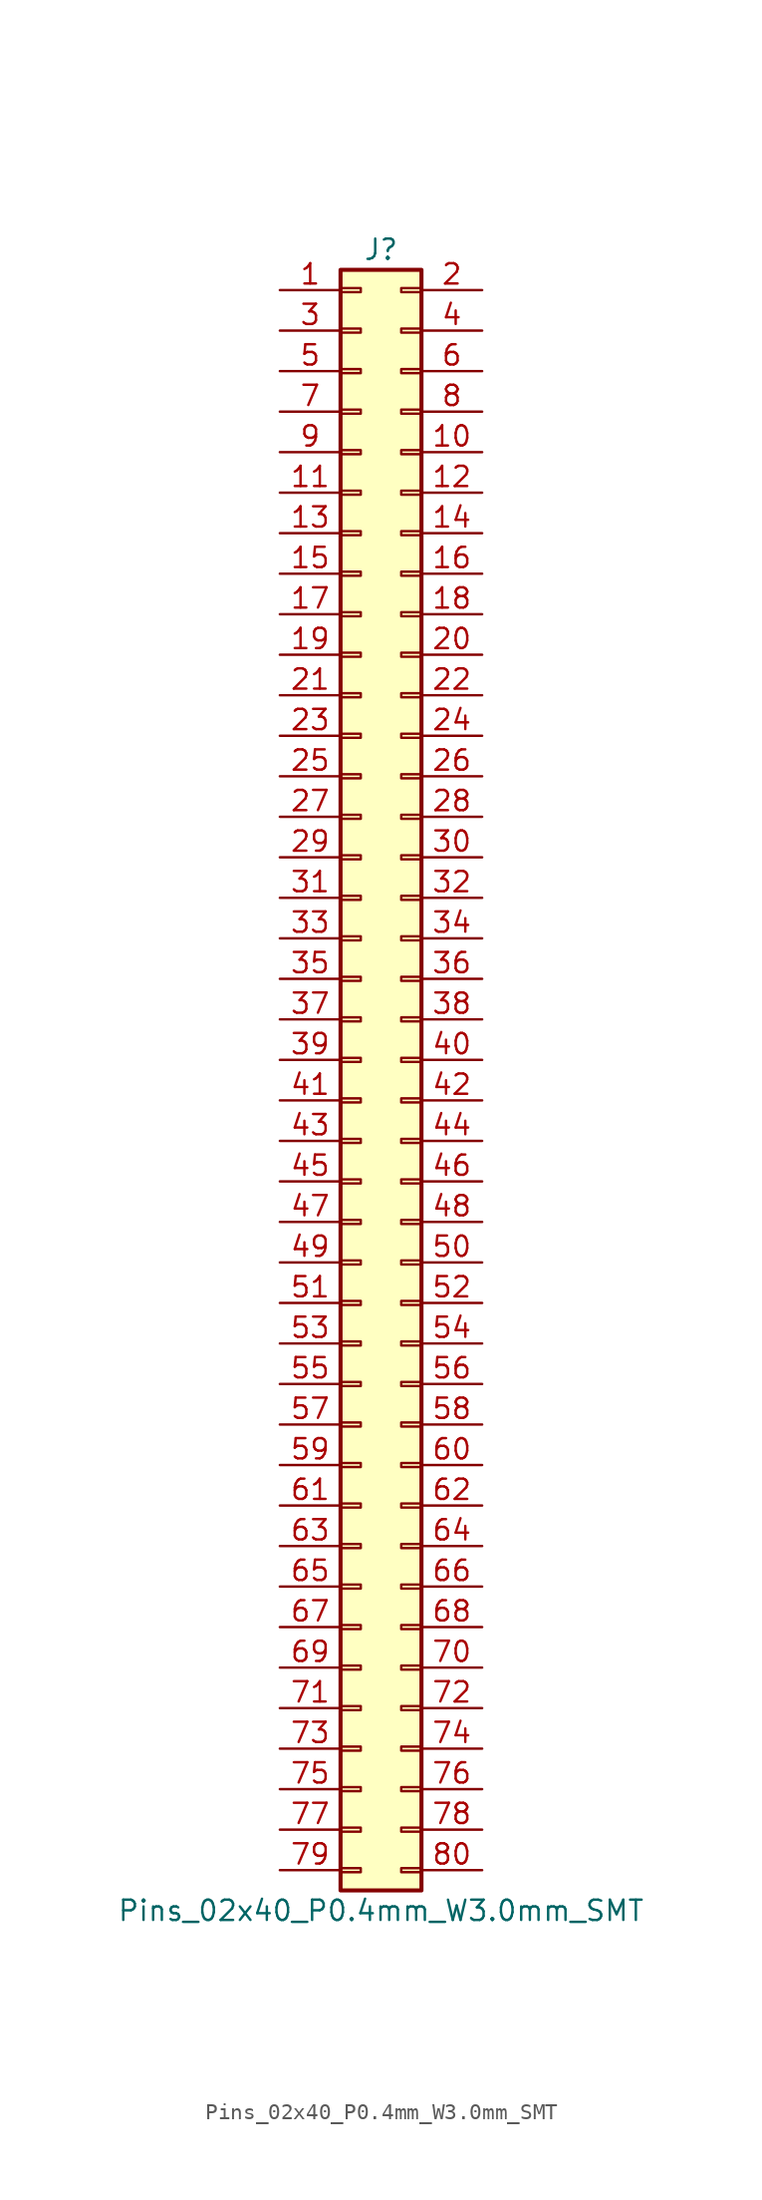
<source format=kicad_sym>
(kicad_symbol_lib
  (version 20241209)
  (generator "kicad_symbol_editor")
  (generator_version "9.0")
  (symbol "Pins_02x40_P0.4mm_W3.0mm_SMT"
    (pin_names
      (offset 1.016)
      (hide yes))
    (property "Reference" "J"
      (at 0 50.8 0)
      (effects (font (size 1.27 1.27))))
    (property "Value" "Pins_02x40_P0.4mm_W3.0mm_SMT"
      (at 0 -53.34 0)
      (effects (font (size 1.27 1.27))))
    (symbol "Pins_02x40_P0.4mm_W3.0mm_SMT_1_1"
      (rectangle (start -2.54 49.53) (end 2.54 -52.07) (stroke (width 0.254) (type default)) (fill (type background)))
      (rectangle (start -2.54 48.387) (end -1.27 48.133) (stroke (width 0.152) (type default)) (fill (type none)))
      (rectangle (start -2.54 45.847) (end -1.27 45.593) (stroke (width 0.152) (type default)) (fill (type none)))
      (rectangle (start -2.54 43.307) (end -1.27 43.053) (stroke (width 0.152) (type default)) (fill (type none)))
      (rectangle (start -2.54 40.767) (end -1.27 40.513) (stroke (width 0.152) (type default)) (fill (type none)))
      (rectangle (start -2.54 38.227) (end -1.27 37.973) (stroke (width 0.152) (type default)) (fill (type none)))
      (rectangle (start -2.54 35.687) (end -1.27 35.433) (stroke (width 0.152) (type default)) (fill (type none)))
      (rectangle (start -2.54 33.147) (end -1.27 32.893) (stroke (width 0.152) (type default)) (fill (type none)))
      (rectangle (start -2.54 30.607) (end -1.27 30.353) (stroke (width 0.152) (type default)) (fill (type none)))
      (rectangle (start -2.54 28.067) (end -1.27 27.813) (stroke (width 0.152) (type default)) (fill (type none)))
      (rectangle (start -2.54 25.527) (end -1.27 25.273) (stroke (width 0.152) (type default)) (fill (type none)))
      (rectangle (start -2.54 22.987) (end -1.27 22.733) (stroke (width 0.152) (type default)) (fill (type none)))
      (rectangle (start -2.54 20.447) (end -1.27 20.193) (stroke (width 0.152) (type default)) (fill (type none)))
      (rectangle (start -2.54 17.907) (end -1.27 17.653) (stroke (width 0.152) (type default)) (fill (type none)))
      (rectangle (start -2.54 15.367) (end -1.27 15.113) (stroke (width 0.152) (type default)) (fill (type none)))
      (rectangle (start -2.54 12.827) (end -1.27 12.573) (stroke (width 0.152) (type default)) (fill (type none)))
      (rectangle (start -2.54 10.287) (end -1.27 10.033) (stroke (width 0.152) (type default)) (fill (type none)))
      (rectangle (start -2.54 7.747) (end -1.27 7.493) (stroke (width 0.152) (type default)) (fill (type none)))
      (rectangle (start -2.54 5.207) (end -1.27 4.953) (stroke (width 0.152) (type default)) (fill (type none)))
      (rectangle (start -2.54 2.667) (end -1.27 2.413) (stroke (width 0.152) (type default)) (fill (type none)))
      (rectangle (start -2.54 0.127) (end -1.27 -0.127) (stroke (width 0.152) (type default)) (fill (type none)))
      (rectangle (start -2.54 -2.413) (end -1.27 -2.667) (stroke (width 0.152) (type default)) (fill (type none)))
      (rectangle (start -2.54 -4.953) (end -1.27 -5.207) (stroke (width 0.152) (type default)) (fill (type none)))
      (rectangle (start -2.54 -7.493) (end -1.27 -7.747) (stroke (width 0.152) (type default)) (fill (type none)))
      (rectangle (start -2.54 -10.033) (end -1.27 -10.287) (stroke (width 0.152) (type default)) (fill (type none)))
      (rectangle (start -2.54 -12.573) (end -1.27 -12.827) (stroke (width 0.152) (type default)) (fill (type none)))
      (rectangle (start -2.54 -15.113) (end -1.27 -15.367) (stroke (width 0.152) (type default)) (fill (type none)))
      (rectangle (start -2.54 -17.653) (end -1.27 -17.907) (stroke (width 0.152) (type default)) (fill (type none)))
      (rectangle (start -2.54 -20.193) (end -1.27 -20.447) (stroke (width 0.152) (type default)) (fill (type none)))
      (rectangle (start -2.54 -22.733) (end -1.27 -22.987) (stroke (width 0.152) (type default)) (fill (type none)))
      (rectangle (start -2.54 -25.273) (end -1.27 -25.527) (stroke (width 0.152) (type default)) (fill (type none)))
      (rectangle (start -2.54 -27.813) (end -1.27 -28.067) (stroke (width 0.152) (type default)) (fill (type none)))
      (rectangle (start -2.54 -30.353) (end -1.27 -30.607) (stroke (width 0.152) (type default)) (fill (type none)))
      (rectangle (start -2.54 -32.893) (end -1.27 -33.147) (stroke (width 0.152) (type default)) (fill (type none)))
      (rectangle (start -2.54 -35.433) (end -1.27 -35.687) (stroke (width 0.152) (type default)) (fill (type none)))
      (rectangle (start -2.54 -37.973) (end -1.27 -38.227) (stroke (width 0.152) (type default)) (fill (type none)))
      (rectangle (start -2.54 -40.513) (end -1.27 -40.767) (stroke (width 0.152) (type default)) (fill (type none)))
      (rectangle (start -2.54 -43.053) (end -1.27 -43.307) (stroke (width 0.152) (type default)) (fill (type none)))
      (rectangle (start -2.54 -45.593) (end -1.27 -45.847) (stroke (width 0.152) (type default)) (fill (type none)))
      (rectangle (start -2.54 -48.133) (end -1.27 -48.387) (stroke (width 0.152) (type default)) (fill (type none)))
      (rectangle (start -2.54 -50.673) (end -1.27 -50.927) (stroke (width 0.152) (type default)) (fill (type none)))
      (rectangle (start 2.54 48.387) (end 1.27 48.133) (stroke (width 0.152) (type default)) (fill (type none)))
      (rectangle (start 2.54 45.847) (end 1.27 45.593) (stroke (width 0.152) (type default)) (fill (type none)))
      (rectangle (start 2.54 43.307) (end 1.27 43.053) (stroke (width 0.152) (type default)) (fill (type none)))
      (rectangle (start 2.54 40.767) (end 1.27 40.513) (stroke (width 0.152) (type default)) (fill (type none)))
      (rectangle (start 2.54 38.227) (end 1.27 37.973) (stroke (width 0.152) (type default)) (fill (type none)))
      (rectangle (start 2.54 35.687) (end 1.27 35.433) (stroke (width 0.152) (type default)) (fill (type none)))
      (rectangle (start 2.54 33.147) (end 1.27 32.893) (stroke (width 0.152) (type default)) (fill (type none)))
      (rectangle (start 2.54 30.607) (end 1.27 30.353) (stroke (width 0.152) (type default)) (fill (type none)))
      (rectangle (start 2.54 28.067) (end 1.27 27.813) (stroke (width 0.152) (type default)) (fill (type none)))
      (rectangle (start 2.54 25.527) (end 1.27 25.273) (stroke (width 0.152) (type default)) (fill (type none)))
      (rectangle (start 2.54 22.987) (end 1.27 22.733) (stroke (width 0.152) (type default)) (fill (type none)))
      (rectangle (start 2.54 20.447) (end 1.27 20.193) (stroke (width 0.152) (type default)) (fill (type none)))
      (rectangle (start 2.54 17.907) (end 1.27 17.653) (stroke (width 0.152) (type default)) (fill (type none)))
      (rectangle (start 2.54 15.367) (end 1.27 15.113) (stroke (width 0.152) (type default)) (fill (type none)))
      (rectangle (start 2.54 12.827) (end 1.27 12.573) (stroke (width 0.152) (type default)) (fill (type none)))
      (rectangle (start 2.54 10.287) (end 1.27 10.033) (stroke (width 0.152) (type default)) (fill (type none)))
      (rectangle (start 2.54 7.747) (end 1.27 7.493) (stroke (width 0.152) (type default)) (fill (type none)))
      (rectangle (start 2.54 5.207) (end 1.27 4.953) (stroke (width 0.152) (type default)) (fill (type none)))
      (rectangle (start 2.54 2.667) (end 1.27 2.413) (stroke (width 0.152) (type default)) (fill (type none)))
      (rectangle (start 2.54 0.127) (end 1.27 -0.127) (stroke (width 0.152) (type default)) (fill (type none)))
      (rectangle (start 2.54 -2.413) (end 1.27 -2.667) (stroke (width 0.152) (type default)) (fill (type none)))
      (rectangle (start 2.54 -4.953) (end 1.27 -5.207) (stroke (width 0.152) (type default)) (fill (type none)))
      (rectangle (start 2.54 -7.493) (end 1.27 -7.747) (stroke (width 0.152) (type default)) (fill (type none)))
      (rectangle (start 2.54 -10.033) (end 1.27 -10.287) (stroke (width 0.152) (type default)) (fill (type none)))
      (rectangle (start 2.54 -12.573) (end 1.27 -12.827) (stroke (width 0.152) (type default)) (fill (type none)))
      (rectangle (start 2.54 -15.113) (end 1.27 -15.367) (stroke (width 0.152) (type default)) (fill (type none)))
      (rectangle (start 2.54 -17.653) (end 1.27 -17.907) (stroke (width 0.152) (type default)) (fill (type none)))
      (rectangle (start 2.54 -20.193) (end 1.27 -20.447) (stroke (width 0.152) (type default)) (fill (type none)))
      (rectangle (start 2.54 -22.733) (end 1.27 -22.987) (stroke (width 0.152) (type default)) (fill (type none)))
      (rectangle (start 2.54 -25.273) (end 1.27 -25.527) (stroke (width 0.152) (type default)) (fill (type none)))
      (rectangle (start 2.54 -27.813) (end 1.27 -28.067) (stroke (width 0.152) (type default)) (fill (type none)))
      (rectangle (start 2.54 -30.353) (end 1.27 -30.607) (stroke (width 0.152) (type default)) (fill (type none)))
      (rectangle (start 2.54 -32.893) (end 1.27 -33.147) (stroke (width 0.152) (type default)) (fill (type none)))
      (rectangle (start 2.54 -35.433) (end 1.27 -35.687) (stroke (width 0.152) (type default)) (fill (type none)))
      (rectangle (start 2.54 -37.973) (end 1.27 -38.227) (stroke (width 0.152) (type default)) (fill (type none)))
      (rectangle (start 2.54 -40.513) (end 1.27 -40.767) (stroke (width 0.152) (type default)) (fill (type none)))
      (rectangle (start 2.54 -43.053) (end 1.27 -43.307) (stroke (width 0.152) (type default)) (fill (type none)))
      (rectangle (start 2.54 -45.593) (end 1.27 -45.847) (stroke (width 0.152) (type default)) (fill (type none)))
      (rectangle (start 2.54 -48.133) (end 1.27 -48.387) (stroke (width 0.152) (type default)) (fill (type none)))
      (rectangle (start 2.54 -50.673) (end 1.27 -50.927) (stroke (width 0.152) (type default)) (fill (type none)))
      (pin passive line (at -6.35 48.26 0) (length 3.81) (name "Pin_1" (effects (font (size 1.27 1.27)))) (number "1" (effects (font (size 1.27 1.27)))))
      (pin passive line (at -6.35 45.72 0) (length 3.81) (name "Pin_3" (effects (font (size 1.27 1.27)))) (number "3" (effects (font (size 1.27 1.27)))))
      (pin passive line (at -6.35 43.18 0) (length 3.81) (name "Pin_5" (effects (font (size 1.27 1.27)))) (number "5" (effects (font (size 1.27 1.27)))))
      (pin passive line (at -6.35 40.64 0) (length 3.81) (name "Pin_7" (effects (font (size 1.27 1.27)))) (number "7" (effects (font (size 1.27 1.27)))))
      (pin passive line (at -6.35 38.1 0) (length 3.81) (name "Pin_9" (effects (font (size 1.27 1.27)))) (number "9" (effects (font (size 1.27 1.27)))))
      (pin passive line (at -6.35 35.56 0) (length 3.81) (name "Pin_11" (effects (font (size 1.27 1.27)))) (number "11" (effects (font (size 1.27 1.27)))))
      (pin passive line (at -6.35 33.02 0) (length 3.81) (name "Pin_13" (effects (font (size 1.27 1.27)))) (number "13" (effects (font (size 1.27 1.27)))))
      (pin passive line (at -6.35 30.48 0) (length 3.81) (name "Pin_15" (effects (font (size 1.27 1.27)))) (number "15" (effects (font (size 1.27 1.27)))))
      (pin passive line (at -6.35 27.94 0) (length 3.81) (name "Pin_17" (effects (font (size 1.27 1.27)))) (number "17" (effects (font (size 1.27 1.27)))))
      (pin passive line (at -6.35 25.4 0) (length 3.81) (name "Pin_19" (effects (font (size 1.27 1.27)))) (number "19" (effects (font (size 1.27 1.27)))))
      (pin passive line (at -6.35 22.86 0) (length 3.81) (name "Pin_21" (effects (font (size 1.27 1.27)))) (number "21" (effects (font (size 1.27 1.27)))))
      (pin passive line (at -6.35 20.32 0) (length 3.81) (name "Pin_23" (effects (font (size 1.27 1.27)))) (number "23" (effects (font (size 1.27 1.27)))))
      (pin passive line (at -6.35 17.78 0) (length 3.81) (name "Pin_25" (effects (font (size 1.27 1.27)))) (number "25" (effects (font (size 1.27 1.27)))))
      (pin passive line (at -6.35 15.24 0) (length 3.81) (name "Pin_27" (effects (font (size 1.27 1.27)))) (number "27" (effects (font (size 1.27 1.27)))))
      (pin passive line (at -6.35 12.7 0) (length 3.81) (name "Pin_29" (effects (font (size 1.27 1.27)))) (number "29" (effects (font (size 1.27 1.27)))))
      (pin passive line (at -6.35 10.16 0) (length 3.81) (name "Pin_31" (effects (font (size 1.27 1.27)))) (number "31" (effects (font (size 1.27 1.27)))))
      (pin passive line (at -6.35 7.62 0) (length 3.81) (name "Pin_33" (effects (font (size 1.27 1.27)))) (number "33" (effects (font (size 1.27 1.27)))))
      (pin passive line (at -6.35 5.08 0) (length 3.81) (name "Pin_35" (effects (font (size 1.27 1.27)))) (number "35" (effects (font (size 1.27 1.27)))))
      (pin passive line (at -6.35 2.54 0) (length 3.81) (name "Pin_37" (effects (font (size 1.27 1.27)))) (number "37" (effects (font (size 1.27 1.27)))))
      (pin passive line (at -6.35 0 0) (length 3.81) (name "Pin_39" (effects (font (size 1.27 1.27)))) (number "39" (effects (font (size 1.27 1.27)))))
      (pin passive line (at -6.35 -2.54 0) (length 3.81) (name "Pin_41" (effects (font (size 1.27 1.27)))) (number "41" (effects (font (size 1.27 1.27)))))
      (pin passive line (at -6.35 -5.08 0) (length 3.81) (name "Pin_43" (effects (font (size 1.27 1.27)))) (number "43" (effects (font (size 1.27 1.27)))))
      (pin passive line (at -6.35 -7.62 0) (length 3.81) (name "Pin_45" (effects (font (size 1.27 1.27)))) (number "45" (effects (font (size 1.27 1.27)))))
      (pin passive line (at -6.35 -10.16 0) (length 3.81) (name "Pin_47" (effects (font (size 1.27 1.27)))) (number "47" (effects (font (size 1.27 1.27)))))
      (pin passive line (at -6.35 -12.7 0) (length 3.81) (name "Pin_49" (effects (font (size 1.27 1.27)))) (number "49" (effects (font (size 1.27 1.27)))))
      (pin passive line (at -6.35 -15.24 0) (length 3.81) (name "Pin_51" (effects (font (size 1.27 1.27)))) (number "51" (effects (font (size 1.27 1.27)))))
      (pin passive line (at -6.35 -17.78 0) (length 3.81) (name "Pin_53" (effects (font (size 1.27 1.27)))) (number "53" (effects (font (size 1.27 1.27)))))
      (pin passive line (at -6.35 -20.32 0) (length 3.81) (name "Pin_55" (effects (font (size 1.27 1.27)))) (number "55" (effects (font (size 1.27 1.27)))))
      (pin passive line (at -6.35 -22.86 0) (length 3.81) (name "Pin_57" (effects (font (size 1.27 1.27)))) (number "57" (effects (font (size 1.27 1.27)))))
      (pin passive line (at -6.35 -25.4 0) (length 3.81) (name "Pin_59" (effects (font (size 1.27 1.27)))) (number "59" (effects (font (size 1.27 1.27)))))
      (pin passive line (at -6.35 -27.94 0) (length 3.81) (name "Pin_61" (effects (font (size 1.27 1.27)))) (number "61" (effects (font (size 1.27 1.27)))))
      (pin passive line (at -6.35 -30.48 0) (length 3.81) (name "Pin_63" (effects (font (size 1.27 1.27)))) (number "63" (effects (font (size 1.27 1.27)))))
      (pin passive line (at -6.35 -33.02 0) (length 3.81) (name "Pin_65" (effects (font (size 1.27 1.27)))) (number "65" (effects (font (size 1.27 1.27)))))
      (pin passive line (at -6.35 -35.56 0) (length 3.81) (name "Pin_67" (effects (font (size 1.27 1.27)))) (number "67" (effects (font (size 1.27 1.27)))))
      (pin passive line (at -6.35 -38.1 0) (length 3.81) (name "Pin_69" (effects (font (size 1.27 1.27)))) (number "69" (effects (font (size 1.27 1.27)))))
      (pin passive line (at -6.35 -40.64 0) (length 3.81) (name "Pin_71" (effects (font (size 1.27 1.27)))) (number "71" (effects (font (size 1.27 1.27)))))
      (pin passive line (at -6.35 -43.18 0) (length 3.81) (name "Pin_73" (effects (font (size 1.27 1.27)))) (number "73" (effects (font (size 1.27 1.27)))))
      (pin passive line (at -6.35 -45.72 0) (length 3.81) (name "Pin_75" (effects (font (size 1.27 1.27)))) (number "75" (effects (font (size 1.27 1.27)))))
      (pin passive line (at -6.35 -48.26 0) (length 3.81) (name "Pin_77" (effects (font (size 1.27 1.27)))) (number "77" (effects (font (size 1.27 1.27)))))
      (pin passive line (at -6.35 -50.8 0) (length 3.81) (name "Pin_79" (effects (font (size 1.27 1.27)))) (number "79" (effects (font (size 1.27 1.27)))))
      (pin passive line (at 6.35 48.26 180) (length 3.81) (name "Pin_2" (effects (font (size 1.27 1.27)))) (number "2" (effects (font (size 1.27 1.27)))))
      (pin passive line (at 6.35 45.72 180) (length 3.81) (name "Pin_4" (effects (font (size 1.27 1.27)))) (number "4" (effects (font (size 1.27 1.27)))))
      (pin passive line (at 6.35 43.18 180) (length 3.81) (name "Pin_6" (effects (font (size 1.27 1.27)))) (number "6" (effects (font (size 1.27 1.27)))))
      (pin passive line (at 6.35 40.64 180) (length 3.81) (name "Pin_8" (effects (font (size 1.27 1.27)))) (number "8" (effects (font (size 1.27 1.27)))))
      (pin passive line (at 6.35 38.1 180) (length 3.81) (name "Pin_10" (effects (font (size 1.27 1.27)))) (number "10" (effects (font (size 1.27 1.27)))))
      (pin passive line (at 6.35 35.56 180) (length 3.81) (name "Pin_12" (effects (font (size 1.27 1.27)))) (number "12" (effects (font (size 1.27 1.27)))))
      (pin passive line (at 6.35 33.02 180) (length 3.81) (name "Pin_14" (effects (font (size 1.27 1.27)))) (number "14" (effects (font (size 1.27 1.27)))))
      (pin passive line (at 6.35 30.48 180) (length 3.81) (name "Pin_16" (effects (font (size 1.27 1.27)))) (number "16" (effects (font (size 1.27 1.27)))))
      (pin passive line (at 6.35 27.94 180) (length 3.81) (name "Pin_18" (effects (font (size 1.27 1.27)))) (number "18" (effects (font (size 1.27 1.27)))))
      (pin passive line (at 6.35 25.4 180) (length 3.81) (name "Pin_20" (effects (font (size 1.27 1.27)))) (number "20" (effects (font (size 1.27 1.27)))))
      (pin passive line (at 6.35 22.86 180) (length 3.81) (name "Pin_22" (effects (font (size 1.27 1.27)))) (number "22" (effects (font (size 1.27 1.27)))))
      (pin passive line (at 6.35 20.32 180) (length 3.81) (name "Pin_24" (effects (font (size 1.27 1.27)))) (number "24" (effects (font (size 1.27 1.27)))))
      (pin passive line (at 6.35 17.78 180) (length 3.81) (name "Pin_26" (effects (font (size 1.27 1.27)))) (number "26" (effects (font (size 1.27 1.27)))))
      (pin passive line (at 6.35 15.24 180) (length 3.81) (name "Pin_28" (effects (font (size 1.27 1.27)))) (number "28" (effects (font (size 1.27 1.27)))))
      (pin passive line (at 6.35 12.7 180) (length 3.81) (name "Pin_30" (effects (font (size 1.27 1.27)))) (number "30" (effects (font (size 1.27 1.27)))))
      (pin passive line (at 6.35 10.16 180) (length 3.81) (name "Pin_32" (effects (font (size 1.27 1.27)))) (number "32" (effects (font (size 1.27 1.27)))))
      (pin passive line (at 6.35 7.62 180) (length 3.81) (name "Pin_34" (effects (font (size 1.27 1.27)))) (number "34" (effects (font (size 1.27 1.27)))))
      (pin passive line (at 6.35 5.08 180) (length 3.81) (name "Pin_36" (effects (font (size 1.27 1.27)))) (number "36" (effects (font (size 1.27 1.27)))))
      (pin passive line (at 6.35 2.54 180) (length 3.81) (name "Pin_38" (effects (font (size 1.27 1.27)))) (number "38" (effects (font (size 1.27 1.27)))))
      (pin passive line (at 6.35 0 180) (length 3.81) (name "Pin_40" (effects (font (size 1.27 1.27)))) (number "40" (effects (font (size 1.27 1.27)))))
      (pin passive line (at 6.35 -2.54 180) (length 3.81) (name "Pin_42" (effects (font (size 1.27 1.27)))) (number "42" (effects (font (size 1.27 1.27)))))
      (pin passive line (at 6.35 -5.08 180) (length 3.81) (name "Pin_44" (effects (font (size 1.27 1.27)))) (number "44" (effects (font (size 1.27 1.27)))))
      (pin passive line (at 6.35 -7.62 180) (length 3.81) (name "Pin_46" (effects (font (size 1.27 1.27)))) (number "46" (effects (font (size 1.27 1.27)))))
      (pin passive line (at 6.35 -10.16 180) (length 3.81) (name "Pin_48" (effects (font (size 1.27 1.27)))) (number "48" (effects (font (size 1.27 1.27)))))
      (pin passive line (at 6.35 -12.7 180) (length 3.81) (name "Pin_50" (effects (font (size 1.27 1.27)))) (number "50" (effects (font (size 1.27 1.27)))))
      (pin passive line (at 6.35 -15.24 180) (length 3.81) (name "Pin_52" (effects (font (size 1.27 1.27)))) (number "52" (effects (font (size 1.27 1.27)))))
      (pin passive line (at 6.35 -17.78 180) (length 3.81) (name "Pin_54" (effects (font (size 1.27 1.27)))) (number "54" (effects (font (size 1.27 1.27)))))
      (pin passive line (at 6.35 -20.32 180) (length 3.81) (name "Pin_56" (effects (font (size 1.27 1.27)))) (number "56" (effects (font (size 1.27 1.27)))))
      (pin passive line (at 6.35 -22.86 180) (length 3.81) (name "Pin_58" (effects (font (size 1.27 1.27)))) (number "58" (effects (font (size 1.27 1.27)))))
      (pin passive line (at 6.35 -25.4 180) (length 3.81) (name "Pin_60" (effects (font (size 1.27 1.27)))) (number "60" (effects (font (size 1.27 1.27)))))
      (pin passive line (at 6.35 -27.94 180) (length 3.81) (name "Pin_62" (effects (font (size 1.27 1.27)))) (number "62" (effects (font (size 1.27 1.27)))))
      (pin passive line (at 6.35 -30.48 180) (length 3.81) (name "Pin_64" (effects (font (size 1.27 1.27)))) (number "64" (effects (font (size 1.27 1.27)))))
      (pin passive line (at 6.35 -33.02 180) (length 3.81) (name "Pin_66" (effects (font (size 1.27 1.27)))) (number "66" (effects (font (size 1.27 1.27)))))
      (pin passive line (at 6.35 -35.56 180) (length 3.81) (name "Pin_68" (effects (font (size 1.27 1.27)))) (number "68" (effects (font (size 1.27 1.27)))))
      (pin passive line (at 6.35 -38.1 180) (length 3.81) (name "Pin_70" (effects (font (size 1.27 1.27)))) (number "70" (effects (font (size 1.27 1.27)))))
      (pin passive line (at 6.35 -40.64 180) (length 3.81) (name "Pin_72" (effects (font (size 1.27 1.27)))) (number "72" (effects (font (size 1.27 1.27)))))
      (pin passive line (at 6.35 -43.18 180) (length 3.81) (name "Pin_74" (effects (font (size 1.27 1.27)))) (number "74" (effects (font (size 1.27 1.27)))))
      (pin passive line (at 6.35 -45.72 180) (length 3.81) (name "Pin_76" (effects (font (size 1.27 1.27)))) (number "76" (effects (font (size 1.27 1.27)))))
      (pin passive line (at 6.35 -48.26 180) (length 3.81) (name "Pin_78" (effects (font (size 1.27 1.27)))) (number "78" (effects (font (size 1.27 1.27)))))
      (pin passive line (at 6.35 -50.8 180) (length 3.81) (name "Pin_80" (effects (font (size 1.27 1.27)))) (number "80" (effects (font (size 1.27 1.27))))))))
</source>
